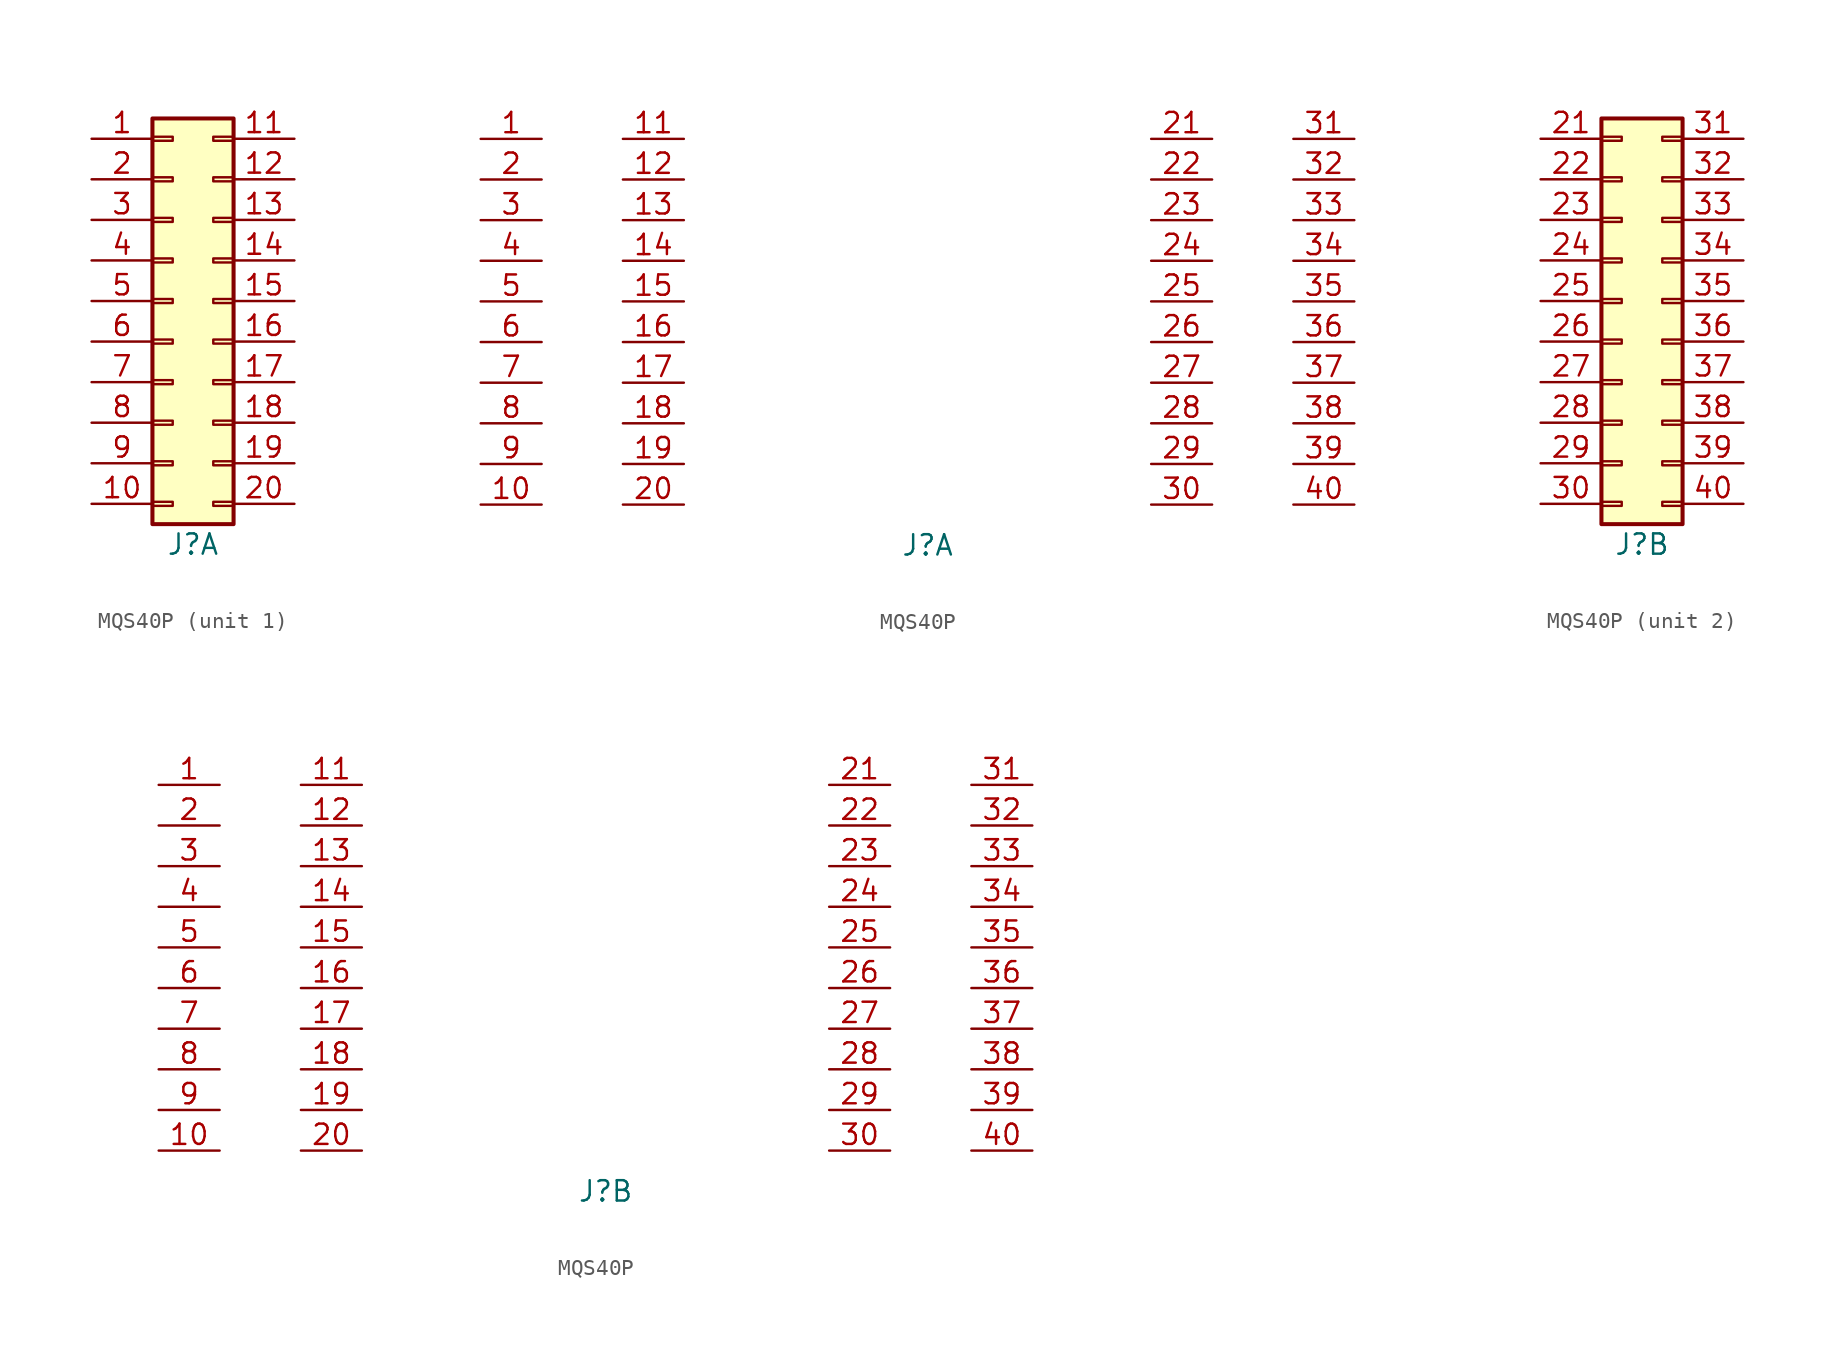
<source format=kicad_sym>
(kicad_symbol_lib
  (version 20220914)
  (generator kicad_symbol_editor)
  (symbol "MQS40P"
    (pin_names
      (offset 0) hide)
    (property "Reference" "J"
      (at 0 -15.24 0)
      (effects (font (size 1.27 1.27))))
    (property "Value" ""
      (at 0 -15.24 0)
      (effects (font (size 1.27 1.27))))
    (property "ki_locked" ""
      (at 0 0 0)
      (effects (font (size 1.27 1.27))))
    (symbol "MQS40P_1_1"
      (rectangle (start -2.54 -12.573) (end -1.27 -12.827) (stroke (width 0.152) (type default)) (fill (type none)))
      (rectangle (start -2.54 -10.033) (end -1.27 -10.287) (stroke (width 0.152) (type default)) (fill (type none)))
      (rectangle (start -2.54 -7.493) (end -1.27 -7.747) (stroke (width 0.152) (type default)) (fill (type none)))
      (rectangle (start -2.54 -4.953) (end -1.27 -5.207) (stroke (width 0.152) (type default)) (fill (type none)))
      (rectangle (start -2.54 -2.413) (end -1.27 -2.667) (stroke (width 0.152) (type default)) (fill (type none)))
      (rectangle (start -2.54 0.127) (end -1.27 -0.127) (stroke (width 0.152) (type default)) (fill (type none)))
      (rectangle (start -2.54 2.667) (end -1.27 2.413) (stroke (width 0.152) (type default)) (fill (type none)))
      (rectangle (start -2.54 5.207) (end -1.27 4.953) (stroke (width 0.152) (type default)) (fill (type none)))
      (rectangle (start -2.54 7.747) (end -1.27 7.493) (stroke (width 0.152) (type default)) (fill (type none)))
      (rectangle (start -2.54 10.287) (end -1.27 10.033) (stroke (width 0.152) (type default)) (fill (type none)))
      (rectangle (start -2.54 11.43) (end 2.54 -13.97) (stroke (width 0.254) (type default)) (fill (type background)))
      (rectangle (start 2.54 -12.573) (end 1.27 -12.827) (stroke (width 0.152) (type default)) (fill (type none)))
      (rectangle (start 2.54 -10.033) (end 1.27 -10.287) (stroke (width 0.152) (type default)) (fill (type none)))
      (rectangle (start 2.54 -7.493) (end 1.27 -7.747) (stroke (width 0.152) (type default)) (fill (type none)))
      (rectangle (start 2.54 -4.953) (end 1.27 -5.207) (stroke (width 0.152) (type default)) (fill (type none)))
      (rectangle (start 2.54 -2.413) (end 1.27 -2.667) (stroke (width 0.152) (type default)) (fill (type none)))
      (rectangle (start 2.54 0.127) (end 1.27 -0.127) (stroke (width 0.152) (type default)) (fill (type none)))
      (rectangle (start 2.54 2.667) (end 1.27 2.413) (stroke (width 0.152) (type default)) (fill (type none)))
      (rectangle (start 2.54 5.207) (end 1.27 4.953) (stroke (width 0.152) (type default)) (fill (type none)))
      (rectangle (start 2.54 7.747) (end 1.27 7.493) (stroke (width 0.152) (type default)) (fill (type none)))
      (rectangle (start 2.54 10.287) (end 1.27 10.033) (stroke (width 0.152) (type default)) (fill (type none)))
      (pin passive line (at -6.35 10.16 0) (length 3.81) (name "Pin_1" (effects (font (size 1.27 1.27)))) (number "1" (effects (font (size 1.27 1.27)))))
      (pin passive line (at -6.35 -12.7 0) (length 3.81) (name "Pin_10" (effects (font (size 1.27 1.27)))) (number "10" (effects (font (size 1.27 1.27)))))
      (pin passive line (at 6.35 10.16 180) (length 3.81) (name "Pin_11" (effects (font (size 1.27 1.27)))) (number "11" (effects (font (size 1.27 1.27)))))
      (pin passive line (at 6.35 7.62 180) (length 3.81) (name "Pin_12" (effects (font (size 1.27 1.27)))) (number "12" (effects (font (size 1.27 1.27)))))
      (pin passive line (at 6.35 5.08 180) (length 3.81) (name "Pin_13" (effects (font (size 1.27 1.27)))) (number "13" (effects (font (size 1.27 1.27)))))
      (pin passive line (at 6.35 2.54 180) (length 3.81) (name "Pin_14" (effects (font (size 1.27 1.27)))) (number "14" (effects (font (size 1.27 1.27)))))
      (pin passive line (at 6.35 0 180) (length 3.81) (name "Pin_15" (effects (font (size 1.27 1.27)))) (number "15" (effects (font (size 1.27 1.27)))))
      (pin passive line (at 6.35 -2.54 180) (length 3.81) (name "Pin_16" (effects (font (size 1.27 1.27)))) (number "16" (effects (font (size 1.27 1.27)))))
      (pin passive line (at 6.35 -5.08 180) (length 3.81) (name "Pin_17" (effects (font (size 1.27 1.27)))) (number "17" (effects (font (size 1.27 1.27)))))
      (pin passive line (at 6.35 -7.62 180) (length 3.81) (name "Pin_18" (effects (font (size 1.27 1.27)))) (number "18" (effects (font (size 1.27 1.27)))))
      (pin passive line (at 6.35 -10.16 180) (length 3.81) (name "Pin_19" (effects (font (size 1.27 1.27)))) (number "19" (effects (font (size 1.27 1.27)))))
      (pin passive line (at -6.35 7.62 0) (length 3.81) (name "Pin_2" (effects (font (size 1.27 1.27)))) (number "2" (effects (font (size 1.27 1.27)))))
      (pin passive line (at 6.35 -12.7 180) (length 3.81) (name "Pin_20" (effects (font (size 1.27 1.27)))) (number "20" (effects (font (size 1.27 1.27)))))
      (pin passive line (at -6.35 5.08 0) (length 3.81) (name "Pin_3" (effects (font (size 1.27 1.27)))) (number "3" (effects (font (size 1.27 1.27)))))
      (pin passive line (at -6.35 2.54 0) (length 3.81) (name "Pin_4" (effects (font (size 1.27 1.27)))) (number "4" (effects (font (size 1.27 1.27)))))
      (pin passive line (at -6.35 0 0) (length 3.81) (name "Pin_5" (effects (font (size 1.27 1.27)))) (number "5" (effects (font (size 1.27 1.27)))))
      (pin passive line (at -6.35 -2.54 0) (length 3.81) (name "Pin_6" (effects (font (size 1.27 1.27)))) (number "6" (effects (font (size 1.27 1.27)))))
      (pin passive line (at -6.35 -5.08 0) (length 3.81) (name "Pin_7" (effects (font (size 1.27 1.27)))) (number "7" (effects (font (size 1.27 1.27)))))
      (pin passive line (at -6.35 -7.62 0) (length 3.81) (name "Pin_8" (effects (font (size 1.27 1.27)))) (number "8" (effects (font (size 1.27 1.27)))))
      (pin passive line (at -6.35 -10.16 0) (length 3.81) (name "Pin_9" (effects (font (size 1.27 1.27)))) (number "9" (effects (font (size 1.27 1.27))))))
    (symbol "MQS40P_1_2"
      (pin passive line (at -27.94 10.16 0) (length 3.81) (name "Pin_1" (effects (font (size 1.27 1.27)))) (number "1" (effects (font (size 1.27 1.27)))))
      (pin passive line (at -27.94 -12.7 0) (length 3.81) (name "Pin_10" (effects (font (size 1.27 1.27)))) (number "10" (effects (font (size 1.27 1.27)))))
      (pin passive line (at -15.24 10.16 180) (length 3.81) (name "Pin_11" (effects (font (size 1.27 1.27)))) (number "11" (effects (font (size 1.27 1.27)))))
      (pin passive line (at -15.24 7.62 180) (length 3.81) (name "Pin_12" (effects (font (size 1.27 1.27)))) (number "12" (effects (font (size 1.27 1.27)))))
      (pin passive line (at -15.24 5.08 180) (length 3.81) (name "Pin_13" (effects (font (size 1.27 1.27)))) (number "13" (effects (font (size 1.27 1.27)))))
      (pin passive line (at -15.24 2.54 180) (length 3.81) (name "Pin_14" (effects (font (size 1.27 1.27)))) (number "14" (effects (font (size 1.27 1.27)))))
      (pin passive line (at -15.24 0 180) (length 3.81) (name "Pin_15" (effects (font (size 1.27 1.27)))) (number "15" (effects (font (size 1.27 1.27)))))
      (pin passive line (at -15.24 -2.54 180) (length 3.81) (name "Pin_16" (effects (font (size 1.27 1.27)))) (number "16" (effects (font (size 1.27 1.27)))))
      (pin passive line (at -15.24 -5.08 180) (length 3.81) (name "Pin_17" (effects (font (size 1.27 1.27)))) (number "17" (effects (font (size 1.27 1.27)))))
      (pin passive line (at -15.24 -7.62 180) (length 3.81) (name "Pin_18" (effects (font (size 1.27 1.27)))) (number "18" (effects (font (size 1.27 1.27)))))
      (pin passive line (at -15.24 -10.16 180) (length 3.81) (name "Pin_19" (effects (font (size 1.27 1.27)))) (number "19" (effects (font (size 1.27 1.27)))))
      (pin passive line (at -27.94 7.62 0) (length 3.81) (name "Pin_2" (effects (font (size 1.27 1.27)))) (number "2" (effects (font (size 1.27 1.27)))))
      (pin passive line (at -15.24 -12.7 180) (length 3.81) (name "Pin_20" (effects (font (size 1.27 1.27)))) (number "20" (effects (font (size 1.27 1.27)))))
      (pin passive line (at 13.97 10.16 0) (length 3.81) (name "Pin_21" (effects (font (size 1.27 1.27)))) (number "21" (effects (font (size 1.27 1.27)))))
      (pin passive line (at 13.97 7.62 0) (length 3.81) (name "Pin_22" (effects (font (size 1.27 1.27)))) (number "22" (effects (font (size 1.27 1.27)))))
      (pin passive line (at 13.97 5.08 0) (length 3.81) (name "Pin_23" (effects (font (size 1.27 1.27)))) (number "23" (effects (font (size 1.27 1.27)))))
      (pin passive line (at 13.97 2.54 0) (length 3.81) (name "Pin_24" (effects (font (size 1.27 1.27)))) (number "24" (effects (font (size 1.27 1.27)))))
      (pin passive line (at 13.97 0 0) (length 3.81) (name "Pin_25" (effects (font (size 1.27 1.27)))) (number "25" (effects (font (size 1.27 1.27)))))
      (pin passive line (at 13.97 -2.54 0) (length 3.81) (name "Pin_26" (effects (font (size 1.27 1.27)))) (number "26" (effects (font (size 1.27 1.27)))))
      (pin passive line (at 13.97 -5.08 0) (length 3.81) (name "Pin_27" (effects (font (size 1.27 1.27)))) (number "27" (effects (font (size 1.27 1.27)))))
      (pin passive line (at 13.97 -7.62 0) (length 3.81) (name "Pin_28" (effects (font (size 1.27 1.27)))) (number "28" (effects (font (size 1.27 1.27)))))
      (pin passive line (at 13.97 -10.16 0) (length 3.81) (name "Pin_29" (effects (font (size 1.27 1.27)))) (number "29" (effects (font (size 1.27 1.27)))))
      (pin passive line (at -27.94 5.08 0) (length 3.81) (name "Pin_3" (effects (font (size 1.27 1.27)))) (number "3" (effects (font (size 1.27 1.27)))))
      (pin passive line (at 13.97 -12.7 0) (length 3.81) (name "Pin_30" (effects (font (size 1.27 1.27)))) (number "30" (effects (font (size 1.27 1.27)))))
      (pin passive line (at 26.67 10.16 180) (length 3.81) (name "Pin_31" (effects (font (size 1.27 1.27)))) (number "31" (effects (font (size 1.27 1.27)))))
      (pin passive line (at 26.67 7.62 180) (length 3.81) (name "Pin_32" (effects (font (size 1.27 1.27)))) (number "32" (effects (font (size 1.27 1.27)))))
      (pin passive line (at 26.67 5.08 180) (length 3.81) (name "Pin_33" (effects (font (size 1.27 1.27)))) (number "33" (effects (font (size 1.27 1.27)))))
      (pin passive line (at 26.67 2.54 180) (length 3.81) (name "Pin_34" (effects (font (size 1.27 1.27)))) (number "34" (effects (font (size 1.27 1.27)))))
      (pin passive line (at 26.67 0 180) (length 3.81) (name "Pin_35" (effects (font (size 1.27 1.27)))) (number "35" (effects (font (size 1.27 1.27)))))
      (pin passive line (at 26.67 -2.54 180) (length 3.81) (name "Pin_36" (effects (font (size 1.27 1.27)))) (number "36" (effects (font (size 1.27 1.27)))))
      (pin passive line (at 26.67 -5.08 180) (length 3.81) (name "Pin_37" (effects (font (size 1.27 1.27)))) (number "37" (effects (font (size 1.27 1.27)))))
      (pin passive line (at 26.67 -7.62 180) (length 3.81) (name "Pin_38" (effects (font (size 1.27 1.27)))) (number "38" (effects (font (size 1.27 1.27)))))
      (pin passive line (at 26.67 -10.16 180) (length 3.81) (name "Pin_39" (effects (font (size 1.27 1.27)))) (number "39" (effects (font (size 1.27 1.27)))))
      (pin passive line (at -27.94 2.54 0) (length 3.81) (name "Pin_4" (effects (font (size 1.27 1.27)))) (number "4" (effects (font (size 1.27 1.27)))))
      (pin passive line (at 26.67 -12.7 180) (length 3.81) (name "Pin_40" (effects (font (size 1.27 1.27)))) (number "40" (effects (font (size 1.27 1.27)))))
      (pin passive line (at -27.94 0 0) (length 3.81) (name "Pin_5" (effects (font (size 1.27 1.27)))) (number "5" (effects (font (size 1.27 1.27)))))
      (pin passive line (at -27.94 -2.54 0) (length 3.81) (name "Pin_6" (effects (font (size 1.27 1.27)))) (number "6" (effects (font (size 1.27 1.27)))))
      (pin passive line (at -27.94 -5.08 0) (length 3.81) (name "Pin_7" (effects (font (size 1.27 1.27)))) (number "7" (effects (font (size 1.27 1.27)))))
      (pin passive line (at -27.94 -7.62 0) (length 3.81) (name "Pin_8" (effects (font (size 1.27 1.27)))) (number "8" (effects (font (size 1.27 1.27)))))
      (pin passive line (at -27.94 -10.16 0) (length 3.81) (name "Pin_9" (effects (font (size 1.27 1.27)))) (number "9" (effects (font (size 1.27 1.27))))))
    (symbol "MQS40P_2_1"
      (rectangle (start -2.54 -12.573) (end -1.27 -12.827) (stroke (width 0.152) (type default)) (fill (type none)))
      (rectangle (start -2.54 -10.033) (end -1.27 -10.287) (stroke (width 0.152) (type default)) (fill (type none)))
      (rectangle (start -2.54 -7.493) (end -1.27 -7.747) (stroke (width 0.152) (type default)) (fill (type none)))
      (rectangle (start -2.54 -4.953) (end -1.27 -5.207) (stroke (width 0.152) (type default)) (fill (type none)))
      (rectangle (start -2.54 -2.413) (end -1.27 -2.667) (stroke (width 0.152) (type default)) (fill (type none)))
      (rectangle (start -2.54 0.127) (end -1.27 -0.127) (stroke (width 0.152) (type default)) (fill (type none)))
      (rectangle (start -2.54 2.667) (end -1.27 2.413) (stroke (width 0.152) (type default)) (fill (type none)))
      (rectangle (start -2.54 5.207) (end -1.27 4.953) (stroke (width 0.152) (type default)) (fill (type none)))
      (rectangle (start -2.54 7.747) (end -1.27 7.493) (stroke (width 0.152) (type default)) (fill (type none)))
      (rectangle (start -2.54 10.287) (end -1.27 10.033) (stroke (width 0.152) (type default)) (fill (type none)))
      (rectangle (start -2.54 11.43) (end 2.54 -13.97) (stroke (width 0.254) (type default)) (fill (type background)))
      (rectangle (start 2.54 -12.573) (end 1.27 -12.827) (stroke (width 0.152) (type default)) (fill (type none)))
      (rectangle (start 2.54 -10.033) (end 1.27 -10.287) (stroke (width 0.152) (type default)) (fill (type none)))
      (rectangle (start 2.54 -7.493) (end 1.27 -7.747) (stroke (width 0.152) (type default)) (fill (type none)))
      (rectangle (start 2.54 -4.953) (end 1.27 -5.207) (stroke (width 0.152) (type default)) (fill (type none)))
      (rectangle (start 2.54 -2.413) (end 1.27 -2.667) (stroke (width 0.152) (type default)) (fill (type none)))
      (rectangle (start 2.54 0.127) (end 1.27 -0.127) (stroke (width 0.152) (type default)) (fill (type none)))
      (rectangle (start 2.54 2.667) (end 1.27 2.413) (stroke (width 0.152) (type default)) (fill (type none)))
      (rectangle (start 2.54 5.207) (end 1.27 4.953) (stroke (width 0.152) (type default)) (fill (type none)))
      (rectangle (start 2.54 7.747) (end 1.27 7.493) (stroke (width 0.152) (type default)) (fill (type none)))
      (rectangle (start 2.54 10.287) (end 1.27 10.033) (stroke (width 0.152) (type default)) (fill (type none)))
      (pin passive line (at -6.35 10.16 0) (length 3.81) (name "Pin_21" (effects (font (size 1.27 1.27)))) (number "21" (effects (font (size 1.27 1.27)))))
      (pin passive line (at -6.35 7.62 0) (length 3.81) (name "Pin_22" (effects (font (size 1.27 1.27)))) (number "22" (effects (font (size 1.27 1.27)))))
      (pin passive line (at -6.35 5.08 0) (length 3.81) (name "Pin_23" (effects (font (size 1.27 1.27)))) (number "23" (effects (font (size 1.27 1.27)))))
      (pin passive line (at -6.35 2.54 0) (length 3.81) (name "Pin_24" (effects (font (size 1.27 1.27)))) (number "24" (effects (font (size 1.27 1.27)))))
      (pin passive line (at -6.35 0 0) (length 3.81) (name "Pin_25" (effects (font (size 1.27 1.27)))) (number "25" (effects (font (size 1.27 1.27)))))
      (pin passive line (at -6.35 -2.54 0) (length 3.81) (name "Pin_26" (effects (font (size 1.27 1.27)))) (number "26" (effects (font (size 1.27 1.27)))))
      (pin passive line (at -6.35 -5.08 0) (length 3.81) (name "Pin_27" (effects (font (size 1.27 1.27)))) (number "27" (effects (font (size 1.27 1.27)))))
      (pin passive line (at -6.35 -7.62 0) (length 3.81) (name "Pin_28" (effects (font (size 1.27 1.27)))) (number "28" (effects (font (size 1.27 1.27)))))
      (pin passive line (at -6.35 -10.16 0) (length 3.81) (name "Pin_29" (effects (font (size 1.27 1.27)))) (number "29" (effects (font (size 1.27 1.27)))))
      (pin passive line (at -6.35 -12.7 0) (length 3.81) (name "Pin_30" (effects (font (size 1.27 1.27)))) (number "30" (effects (font (size 1.27 1.27)))))
      (pin passive line (at 6.35 10.16 180) (length 3.81) (name "Pin_31" (effects (font (size 1.27 1.27)))) (number "31" (effects (font (size 1.27 1.27)))))
      (pin passive line (at 6.35 7.62 180) (length 3.81) (name "Pin_32" (effects (font (size 1.27 1.27)))) (number "32" (effects (font (size 1.27 1.27)))))
      (pin passive line (at 6.35 5.08 180) (length 3.81) (name "Pin_33" (effects (font (size 1.27 1.27)))) (number "33" (effects (font (size 1.27 1.27)))))
      (pin passive line (at 6.35 2.54 180) (length 3.81) (name "Pin_34" (effects (font (size 1.27 1.27)))) (number "34" (effects (font (size 1.27 1.27)))))
      (pin passive line (at 6.35 0 180) (length 3.81) (name "Pin_35" (effects (font (size 1.27 1.27)))) (number "35" (effects (font (size 1.27 1.27)))))
      (pin passive line (at 6.35 -2.54 180) (length 3.81) (name "Pin_36" (effects (font (size 1.27 1.27)))) (number "36" (effects (font (size 1.27 1.27)))))
      (pin passive line (at 6.35 -5.08 180) (length 3.81) (name "Pin_37" (effects (font (size 1.27 1.27)))) (number "37" (effects (font (size 1.27 1.27)))))
      (pin passive line (at 6.35 -7.62 180) (length 3.81) (name "Pin_38" (effects (font (size 1.27 1.27)))) (number "38" (effects (font (size 1.27 1.27)))))
      (pin passive line (at 6.35 -10.16 180) (length 3.81) (name "Pin_39" (effects (font (size 1.27 1.27)))) (number "39" (effects (font (size 1.27 1.27)))))
      (pin passive line (at 6.35 -12.7 180) (length 3.81) (name "Pin_40" (effects (font (size 1.27 1.27)))) (number "40" (effects (font (size 1.27 1.27))))))
    (symbol "MQS40P_2_2"
      (pin passive line (at -27.94 10.16 0) (length 3.81) (name "Pin_1" (effects (font (size 1.27 1.27)))) (number "1" (effects (font (size 1.27 1.27)))))
      (pin passive line (at -27.94 -12.7 0) (length 3.81) (name "Pin_10" (effects (font (size 1.27 1.27)))) (number "10" (effects (font (size 1.27 1.27)))))
      (pin passive line (at -15.24 10.16 180) (length 3.81) (name "Pin_11" (effects (font (size 1.27 1.27)))) (number "11" (effects (font (size 1.27 1.27)))))
      (pin passive line (at -15.24 7.62 180) (length 3.81) (name "Pin_12" (effects (font (size 1.27 1.27)))) (number "12" (effects (font (size 1.27 1.27)))))
      (pin passive line (at -15.24 5.08 180) (length 3.81) (name "Pin_13" (effects (font (size 1.27 1.27)))) (number "13" (effects (font (size 1.27 1.27)))))
      (pin passive line (at -15.24 2.54 180) (length 3.81) (name "Pin_14" (effects (font (size 1.27 1.27)))) (number "14" (effects (font (size 1.27 1.27)))))
      (pin passive line (at -15.24 0 180) (length 3.81) (name "Pin_15" (effects (font (size 1.27 1.27)))) (number "15" (effects (font (size 1.27 1.27)))))
      (pin passive line (at -15.24 -2.54 180) (length 3.81) (name "Pin_16" (effects (font (size 1.27 1.27)))) (number "16" (effects (font (size 1.27 1.27)))))
      (pin passive line (at -15.24 -5.08 180) (length 3.81) (name "Pin_17" (effects (font (size 1.27 1.27)))) (number "17" (effects (font (size 1.27 1.27)))))
      (pin passive line (at -15.24 -7.62 180) (length 3.81) (name "Pin_18" (effects (font (size 1.27 1.27)))) (number "18" (effects (font (size 1.27 1.27)))))
      (pin passive line (at -15.24 -10.16 180) (length 3.81) (name "Pin_19" (effects (font (size 1.27 1.27)))) (number "19" (effects (font (size 1.27 1.27)))))
      (pin passive line (at -27.94 7.62 0) (length 3.81) (name "Pin_2" (effects (font (size 1.27 1.27)))) (number "2" (effects (font (size 1.27 1.27)))))
      (pin passive line (at -15.24 -12.7 180) (length 3.81) (name "Pin_20" (effects (font (size 1.27 1.27)))) (number "20" (effects (font (size 1.27 1.27)))))
      (pin passive line (at 13.97 10.16 0) (length 3.81) (name "Pin_21" (effects (font (size 1.27 1.27)))) (number "21" (effects (font (size 1.27 1.27)))))
      (pin passive line (at 13.97 7.62 0) (length 3.81) (name "Pin_22" (effects (font (size 1.27 1.27)))) (number "22" (effects (font (size 1.27 1.27)))))
      (pin passive line (at 13.97 5.08 0) (length 3.81) (name "Pin_23" (effects (font (size 1.27 1.27)))) (number "23" (effects (font (size 1.27 1.27)))))
      (pin passive line (at 13.97 2.54 0) (length 3.81) (name "Pin_24" (effects (font (size 1.27 1.27)))) (number "24" (effects (font (size 1.27 1.27)))))
      (pin passive line (at 13.97 0 0) (length 3.81) (name "Pin_25" (effects (font (size 1.27 1.27)))) (number "25" (effects (font (size 1.27 1.27)))))
      (pin passive line (at 13.97 -2.54 0) (length 3.81) (name "Pin_26" (effects (font (size 1.27 1.27)))) (number "26" (effects (font (size 1.27 1.27)))))
      (pin passive line (at 13.97 -5.08 0) (length 3.81) (name "Pin_27" (effects (font (size 1.27 1.27)))) (number "27" (effects (font (size 1.27 1.27)))))
      (pin passive line (at 13.97 -7.62 0) (length 3.81) (name "Pin_28" (effects (font (size 1.27 1.27)))) (number "28" (effects (font (size 1.27 1.27)))))
      (pin passive line (at 13.97 -10.16 0) (length 3.81) (name "Pin_29" (effects (font (size 1.27 1.27)))) (number "29" (effects (font (size 1.27 1.27)))))
      (pin passive line (at -27.94 5.08 0) (length 3.81) (name "Pin_3" (effects (font (size 1.27 1.27)))) (number "3" (effects (font (size 1.27 1.27)))))
      (pin passive line (at 13.97 -12.7 0) (length 3.81) (name "Pin_30" (effects (font (size 1.27 1.27)))) (number "30" (effects (font (size 1.27 1.27)))))
      (pin passive line (at 26.67 10.16 180) (length 3.81) (name "Pin_31" (effects (font (size 1.27 1.27)))) (number "31" (effects (font (size 1.27 1.27)))))
      (pin passive line (at 26.67 7.62 180) (length 3.81) (name "Pin_32" (effects (font (size 1.27 1.27)))) (number "32" (effects (font (size 1.27 1.27)))))
      (pin passive line (at 26.67 5.08 180) (length 3.81) (name "Pin_33" (effects (font (size 1.27 1.27)))) (number "33" (effects (font (size 1.27 1.27)))))
      (pin passive line (at 26.67 2.54 180) (length 3.81) (name "Pin_34" (effects (font (size 1.27 1.27)))) (number "34" (effects (font (size 1.27 1.27)))))
      (pin passive line (at 26.67 0 180) (length 3.81) (name "Pin_35" (effects (font (size 1.27 1.27)))) (number "35" (effects (font (size 1.27 1.27)))))
      (pin passive line (at 26.67 -2.54 180) (length 3.81) (name "Pin_36" (effects (font (size 1.27 1.27)))) (number "36" (effects (font (size 1.27 1.27)))))
      (pin passive line (at 26.67 -5.08 180) (length 3.81) (name "Pin_37" (effects (font (size 1.27 1.27)))) (number "37" (effects (font (size 1.27 1.27)))))
      (pin passive line (at 26.67 -7.62 180) (length 3.81) (name "Pin_38" (effects (font (size 1.27 1.27)))) (number "38" (effects (font (size 1.27 1.27)))))
      (pin passive line (at 26.67 -10.16 180) (length 3.81) (name "Pin_39" (effects (font (size 1.27 1.27)))) (number "39" (effects (font (size 1.27 1.27)))))
      (pin passive line (at -27.94 2.54 0) (length 3.81) (name "Pin_4" (effects (font (size 1.27 1.27)))) (number "4" (effects (font (size 1.27 1.27)))))
      (pin passive line (at 26.67 -12.7 180) (length 3.81) (name "Pin_40" (effects (font (size 1.27 1.27)))) (number "40" (effects (font (size 1.27 1.27)))))
      (pin passive line (at -27.94 0 0) (length 3.81) (name "Pin_5" (effects (font (size 1.27 1.27)))) (number "5" (effects (font (size 1.27 1.27)))))
      (pin passive line (at -27.94 -2.54 0) (length 3.81) (name "Pin_6" (effects (font (size 1.27 1.27)))) (number "6" (effects (font (size 1.27 1.27)))))
      (pin passive line (at -27.94 -5.08 0) (length 3.81) (name "Pin_7" (effects (font (size 1.27 1.27)))) (number "7" (effects (font (size 1.27 1.27)))))
      (pin passive line (at -27.94 -7.62 0) (length 3.81) (name "Pin_8" (effects (font (size 1.27 1.27)))) (number "8" (effects (font (size 1.27 1.27)))))
      (pin passive line (at -27.94 -10.16 0) (length 3.81) (name "Pin_9" (effects (font (size 1.27 1.27)))) (number "9" (effects (font (size 1.27 1.27))))))))
</source>
